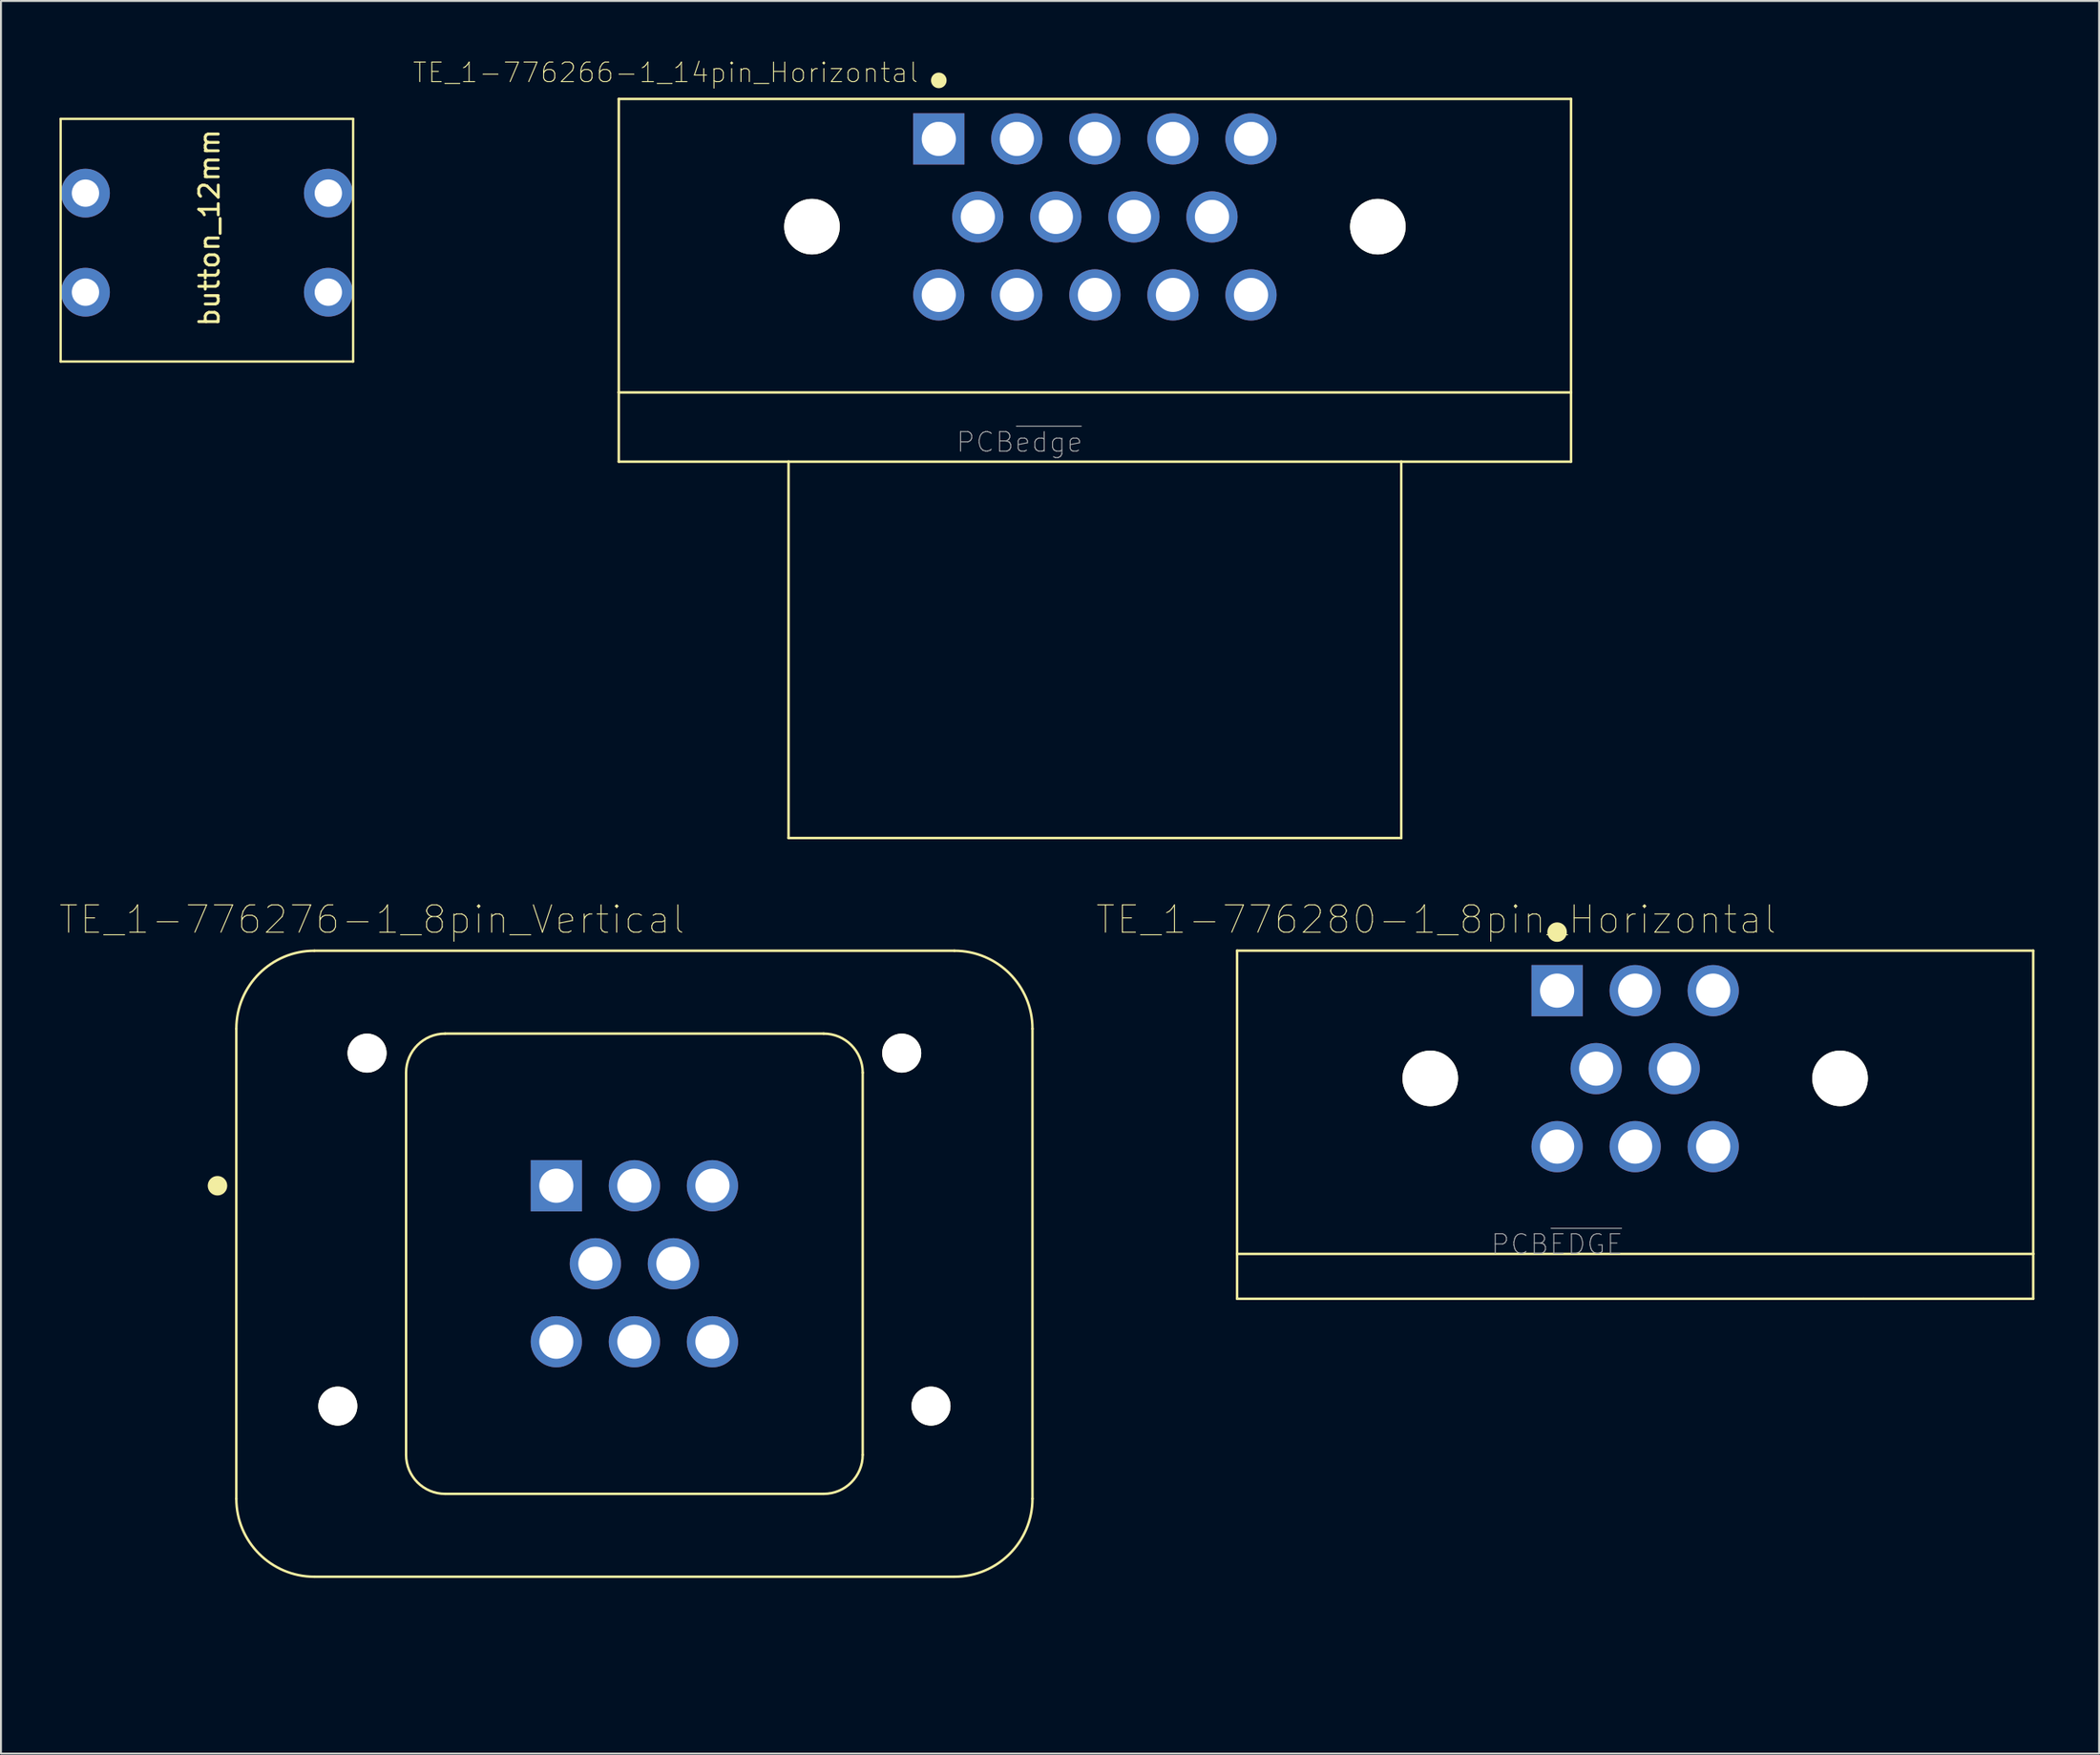
<source format=kicad_pcb>
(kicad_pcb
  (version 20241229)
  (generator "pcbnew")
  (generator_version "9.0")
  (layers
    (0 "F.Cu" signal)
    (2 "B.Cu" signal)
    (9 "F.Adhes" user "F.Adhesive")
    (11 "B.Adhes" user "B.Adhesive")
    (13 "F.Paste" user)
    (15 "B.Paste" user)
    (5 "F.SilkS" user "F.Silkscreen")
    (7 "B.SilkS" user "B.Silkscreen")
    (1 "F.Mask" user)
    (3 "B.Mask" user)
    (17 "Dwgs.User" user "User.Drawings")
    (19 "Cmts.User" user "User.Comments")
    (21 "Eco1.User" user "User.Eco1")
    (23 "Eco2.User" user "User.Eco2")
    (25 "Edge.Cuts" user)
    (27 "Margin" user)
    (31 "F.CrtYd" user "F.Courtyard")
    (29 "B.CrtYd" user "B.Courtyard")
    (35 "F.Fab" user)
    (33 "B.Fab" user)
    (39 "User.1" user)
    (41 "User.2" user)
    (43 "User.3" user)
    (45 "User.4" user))
  (footprint "button_12mm"
    (layer "F.Cu")
    (at 4.124 0.25)
    (property "Reference" "button_12mm" (at 3.556 8.382 90) (layer "F.SilkS") (effects (font (size 1 1) (thickness 0.15))))
    (attr through_hole)
    (fp_line (start -4.064 15.24) (end -4.064 2.794) (stroke (width 0.12) (type solid)) (layer "F.SilkS"))
    (fp_line (start 10.922 2.794) (end -4.064 2.794) (stroke (width 0.12) (type solid)) (layer "F.SilkS"))
    (fp_line (start 10.922 2.794) (end 10.922 15.24) (stroke (width 0.12) (type solid)) (layer "F.SilkS"))
    (fp_line (start 10.922 15.24) (end -4.064 15.24) (stroke (width 0.12) (type solid)) (layer "F.SilkS"))
    (pad "1" thru_hole circle (at 9.652 6.604) (size 2.5 2.5) (drill 1.4) (layers "*.Cu" "*.Mask"))
    (pad "2" thru_hole circle (at 9.652 11.684) (size 2.5 2.5) (drill 1.4) (layers "*.Cu" "*.Mask"))
    (pad "3" thru_hole circle (at -2.794 6.604) (size 2.5 2.5) (drill 1.4) (layers "*.Cu" "*.Mask"))
    (pad "4" thru_hole circle (at -2.794 11.684) (size 2.5 2.5) (drill 1.4) (layers "*.Cu" "*.Mask")))
  (footprint "TE_1-776280-1_8pin_Horizontal"
    (layer "F.Cu")
    (at 80.748 52.249)
    (property "Reference" "TE_1-776280-1_8pin_Horizontal" (at -10.2 -8.144 0) (layer "F.SilkS") (effects (font (size 1.401 1.401) (thickness 0.05))))
    (attr through_hole)
    (fp_line (start -20.4 -6.55) (end 20.4 -6.55) (stroke (width 0.127) (type solid)) (layer "F.SilkS"))
    (fp_line (start -20.4 9) (end -20.4 -6.55) (stroke (width 0.127) (type solid)) (layer "F.SilkS"))
    (fp_line (start -20.4 11.3) (end -20.4 9) (stroke (width 0.127) (type solid)) (layer "F.SilkS"))
    (fp_line (start 11.7 11.3) (end -20.4 11.3) (stroke (width 0.127) (type solid)) (layer "F.SilkS"))
    (fp_line (start 20.4 -6.55) (end 20.4 9) (stroke (width 0.127) (type solid)) (layer "F.SilkS"))
    (fp_line (start 20.4 9) (end -20.4 9) (stroke (width 0.127) (type solid)) (layer "F.SilkS"))
    (fp_line (start 20.4 9) (end 20.4 11.3) (stroke (width 0.127) (type solid)) (layer "F.SilkS"))
    (fp_line (start 20.4 11.3) (end 11.7 11.3) (stroke (width 0.127) (type solid)) (layer "F.SilkS"))
    (fp_circle (center -4 -7.5) (end -3.75 -7.5) (stroke (width 0.5) (type solid)) (fill no) (layer "F.SilkS"))
    (fp_line (start -20.75 -6.8) (end -20.75 11.55) (stroke (width 0.05) (type solid)) (layer "Eco1.User"))
    (fp_line (start -20.75 11.55) (end -11.95 11.55) (stroke (width 0.05) (type solid)) (layer "Eco1.User"))
    (fp_line (start -11.95 11.55) (end -11.95 31.6) (stroke (width 0.05) (type solid)) (layer "Eco1.User"))
    (fp_line (start -11.95 31.6) (end 11.95 31.6) (stroke (width 0.05) (type solid)) (layer "Eco1.User"))
    (fp_line (start 11.95 11.55) (end 20.75 11.55) (stroke (width 0.05) (type solid)) (layer "Eco1.User"))
    (fp_line (start 11.95 31.6) (end 11.95 11.55) (stroke (width 0.05) (type solid)) (layer "Eco1.User"))
    (fp_line (start 20.75 -6.8) (end -20.75 -6.8) (stroke (width 0.05) (type solid)) (layer "Eco1.User"))
    (fp_line (start 20.75 11.55) (end 20.75 -6.8) (stroke (width 0.05) (type solid)) (layer "Eco1.User"))
    (fp_line (start -20.4 -6.55) (end 20.4 -6.55) (stroke (width 0.127) (type solid)) (layer "Eco2.User"))
    (fp_line (start -20.4 9) (end -20.4 -6.55) (stroke (width 0.127) (type solid)) (layer "Eco2.User"))
    (fp_line (start -20.4 11.3) (end -20.4 9) (stroke (width 0.127) (type solid)) (layer "Eco2.User"))
    (fp_line (start -11.7 11.3) (end -20.4 11.3) (stroke (width 0.127) (type solid)) (layer "Eco2.User"))
    (fp_line (start -11.7 11.3) (end -11.7 31.35) (stroke (width 0.127) (type solid)) (layer "Eco2.User"))
    (fp_line (start -11.7 31.35) (end 11.7 31.35) (stroke (width 0.127) (type solid)) (layer "Eco2.User"))
    (fp_line (start 11.7 11.3) (end -11.7 11.3) (stroke (width 0.127) (type solid)) (layer "Eco2.User"))
    (fp_line (start 11.7 31.35) (end 11.7 11.3) (stroke (width 0.127) (type solid)) (layer "Eco2.User"))
    (fp_line (start 20.4 -6.55) (end 20.4 9) (stroke (width 0.127) (type solid)) (layer "Eco2.User"))
    (fp_line (start 20.4 9) (end -20.4 9) (stroke (width 0.127) (type solid)) (layer "Eco2.User"))
    (fp_line (start 20.4 9) (end 20.4 11.3) (stroke (width 0.127) (type solid)) (layer "Eco2.User"))
    (fp_line (start 20.4 11.3) (end 11.7 11.3) (stroke (width 0.127) (type solid)) (layer "Eco2.User"))
    (fp_text user "PCB~{EDGE}" (at -4.005 8.51 0) (layer "Edge.Cuts") (effects (font (size 1 1) (thickness 0.05))))
    (fp_text user "PCB~{EDGE}" (at -4.003 8.507 0) (layer "F.Fab") (effects (font (size 1 1) (thickness 0.05))))
    (pad "" np_thru_hole circle (at -10.5 0) (size 2.85 2.85) (drill 2.85) (layers "*.Cu" "*.Mask" "F.SilkS"))
    (pad "" np_thru_hole circle (at 10.5 0) (size 2.85 2.85) (drill 2.85) (layers "*.Cu" "*.Mask" "F.SilkS"))
    (pad "1" thru_hole rect (at -4 -4.5) (size 2.625 2.625) (drill 1.75) (layers "*.Cu" "*.Mask"))
    (pad "2" thru_hole circle (at 0 -4.5) (size 2.625 2.625) (drill 1.75) (layers "*.Cu" "*.Mask"))
    (pad "3" thru_hole circle (at 4 -4.5) (size 2.625 2.625) (drill 1.75) (layers "*.Cu" "*.Mask"))
    (pad "4" thru_hole circle (at -2 -0.5) (size 2.625 2.625) (drill 1.75) (layers "*.Cu" "*.Mask"))
    (pad "5" thru_hole circle (at 2 -0.5) (size 2.625 2.625) (drill 1.75) (layers "*.Cu" "*.Mask"))
    (pad "6" thru_hole circle (at -4 3.5) (size 2.625 2.625) (drill 1.75) (layers "*.Cu" "*.Mask"))
    (pad "7" thru_hole circle (at 0 3.5) (size 2.625 2.625) (drill 1.75) (layers "*.Cu" "*.Mask"))
    (pad "8" thru_hole circle (at 4 3.5) (size 2.625 2.625) (drill 1.75) (layers "*.Cu" "*.Mask")))
  (footprint "TE_1-776266-1_14pin_Horizontal"
    (layer "F.Cu")
    (at 53.061 8.073)
    (property "Reference" "TE_1-776266-1_14pin_Horizontal" (at -22.003 -7.399 0) (layer "F.SilkS") (effects (font (size 1.002 1.002) (thickness 0.05))))
    (attr through_hole)
    (fp_line (start -24.4 -6.05) (end -24.4 9) (stroke (width 0.127) (type solid)) (layer "F.SilkS"))
    (fp_line (start -24.4 -6.05) (end 24.4 -6.05) (stroke (width 0.127) (type solid)) (layer "F.SilkS"))
    (fp_line (start -24.4 9) (end 24.4 9) (stroke (width 0.127) (type solid)) (layer "F.SilkS"))
    (fp_line (start -24.4 12.55) (end -24.4 9) (stroke (width 0.127) (type solid)) (layer "F.SilkS"))
    (fp_line (start -24.4 12.55) (end -15.7 12.55) (stroke (width 0.127) (type solid)) (layer "F.SilkS"))
    (fp_line (start -15.7 12.55) (end -15.7 31.85) (stroke (width 0.127) (type solid)) (layer "F.SilkS"))
    (fp_line (start -15.7 12.55) (end 15.7 12.55) (stroke (width 0.127) (type solid)) (layer "F.SilkS"))
    (fp_line (start -15.7 31.85) (end 15.7 31.85) (stroke (width 0.127) (type solid)) (layer "F.SilkS"))
    (fp_line (start 15.7 12.55) (end 24.4 12.55) (stroke (width 0.127) (type solid)) (layer "F.SilkS"))
    (fp_line (start 15.7 31.85) (end 15.7 12.55) (stroke (width 0.127) (type solid)) (layer "F.SilkS"))
    (fp_line (start 24.4 9) (end 24.4 -6.05) (stroke (width 0.127) (type solid)) (layer "F.SilkS"))
    (fp_line (start 24.4 9) (end 24.4 12.55) (stroke (width 0.127) (type solid)) (layer "F.SilkS"))
    (fp_circle (center -8 -7) (end -7.8 -7) (stroke (width 0.4) (type solid)) (fill no) (layer "F.SilkS"))
    (fp_line (start -24.65 -6.3) (end 24.65 -6.3) (stroke (width 0.05) (type solid)) (layer "Eco1.User"))
    (fp_line (start -24.65 12.8) (end -24.65 -6.3) (stroke (width 0.05) (type solid)) (layer "Eco1.User"))
    (fp_line (start -15.95 12.8) (end -24.65 12.8) (stroke (width 0.05) (type solid)) (layer "Eco1.User"))
    (fp_line (start -15.95 32.1) (end -15.95 12.8) (stroke (width 0.05) (type solid)) (layer "Eco1.User"))
    (fp_line (start 15.95 12.8) (end 15.95 32.1) (stroke (width 0.05) (type solid)) (layer "Eco1.User"))
    (fp_line (start 15.95 32.1) (end -15.95 32.1) (stroke (width 0.05) (type solid)) (layer "Eco1.User"))
    (fp_line (start 24.65 -6.3) (end 24.65 12.8) (stroke (width 0.05) (type solid)) (layer "Eco1.User"))
    (fp_line (start 24.65 12.8) (end 15.95 12.8) (stroke (width 0.05) (type solid)) (layer "Eco1.User"))
    (fp_line (start -24.4 -6.05) (end -24.4 9) (stroke (width 0.127) (type solid)) (layer "Eco2.User"))
    (fp_line (start -24.4 9) (end 24.4 9) (stroke (width 0.127) (type solid)) (layer "Eco2.User"))
    (fp_line (start -24.4 12.55) (end -24.4 9) (stroke (width 0.127) (type solid)) (layer "Eco2.User"))
    (fp_line (start -24.4 12.55) (end -15.7 12.55) (stroke (width 0.127) (type solid)) (layer "Eco2.User"))
    (fp_line (start -15.7 12.55) (end -15.7 31.85) (stroke (width 0.127) (type solid)) (layer "Eco2.User"))
    (fp_line (start -15.7 12.55) (end 15.7 12.55) (stroke (width 0.127) (type solid)) (layer "Eco2.User"))
    (fp_line (start -15.7 31.85) (end 15.7 31.85) (stroke (width 0.127) (type solid)) (layer "Eco2.User"))
    (fp_line (start 15.7 12.55) (end 24.4 12.55) (stroke (width 0.127) (type solid)) (layer "Eco2.User"))
    (fp_line (start 15.7 31.85) (end 15.7 12.55) (stroke (width 0.127) (type solid)) (layer "Eco2.User"))
    (fp_line (start 24.4 -6.05) (end -24.4 -6.05) (stroke (width 0.127) (type solid)) (layer "Eco2.User"))
    (fp_line (start 24.4 9) (end 24.4 -6.05) (stroke (width 0.127) (type solid)) (layer "Eco2.User"))
    (fp_line (start 24.4 9) (end 24.4 12.55) (stroke (width 0.127) (type solid)) (layer "Eco2.User"))
    (fp_circle (center -8 -4) (end -7.8 -4) (stroke (width 0.4) (type solid)) (fill no) (layer "Eco2.User"))
    (fp_text user "PCB~{edge}" (at -3.861 11.549 0) (layer "F.Fab") (effects (font (size 1 1) (thickness 0.05))))
    (pad "" np_thru_hole circle (at -14.5 0.5) (size 2.85 2.85) (drill 2.85) (layers "*.Cu" "*.Mask" "F.SilkS"))
    (pad "" np_thru_hole circle (at 14.5 0.5) (size 2.85 2.85) (drill 2.85) (layers "*.Cu" "*.Mask" "F.SilkS"))
    (pad "1" thru_hole rect (at -8 -4) (size 2.625 2.625) (drill 1.75) (layers "*.Cu" "*.Mask"))
    (pad "2" thru_hole circle (at -4 -4) (size 2.625 2.625) (drill 1.75) (layers "*.Cu" "*.Mask"))
    (pad "3" thru_hole circle (at 0 -4) (size 2.625 2.625) (drill 1.75) (layers "*.Cu" "*.Mask"))
    (pad "4" thru_hole circle (at 4 -4) (size 2.625 2.625) (drill 1.75) (layers "*.Cu" "*.Mask"))
    (pad "5" thru_hole circle (at 8 -4) (size 2.625 2.625) (drill 1.75) (layers "*.Cu" "*.Mask"))
    (pad "6" thru_hole circle (at -6 0) (size 2.625 2.625) (drill 1.75) (layers "*.Cu" "*.Mask"))
    (pad "7" thru_hole circle (at -2 0) (size 2.625 2.625) (drill 1.75) (layers "*.Cu" "*.Mask"))
    (pad "8" thru_hole circle (at 2 0) (size 2.625 2.625) (drill 1.75) (layers "*.Cu" "*.Mask"))
    (pad "9" thru_hole circle (at 6 0) (size 2.625 2.625) (drill 1.75) (layers "*.Cu" "*.Mask"))
    (pad "10" thru_hole circle (at -8 4) (size 2.625 2.625) (drill 1.75) (layers "*.Cu" "*.Mask"))
    (pad "11" thru_hole circle (at -4 4) (size 2.625 2.625) (drill 1.75) (layers "*.Cu" "*.Mask"))
    (pad "12" thru_hole circle (at 0 4) (size 2.625 2.625) (drill 1.75) (layers "*.Cu" "*.Mask"))
    (pad "13" thru_hole circle (at 4 4) (size 2.625 2.625) (drill 1.75) (layers "*.Cu" "*.Mask"))
    (pad "14" thru_hole circle (at 8 4) (size 2.625 2.625) (drill 1.75) (layers "*.Cu" "*.Mask")))
  (footprint "TE_1-776276-1_8pin_Vertical"
    (layer "F.Cu")
    (at 29.461 61.754)
    (property "Reference" "TE_1-776276-1_8pin_Vertical" (at -13.451 -17.648 0) (layer "F.SilkS") (effects (font (size 1.401 1.401) (thickness 0.05))))
    (attr through_hole)
    (fp_line (start -20.4 -12.05) (end -20.4 12.05) (stroke (width 0.127) (type solid)) (layer "F.SilkS"))
    (fp_line (start -16.4 16.05) (end 16.4 16.05) (stroke (width 0.127) (type solid)) (layer "F.SilkS"))
    (fp_line (start -11.7 9.8) (end -11.7 -9.8) (stroke (width 0.127) (type solid)) (layer "F.SilkS"))
    (fp_line (start -9.7 -11.8) (end 9.7 -11.8) (stroke (width 0.127) (type solid)) (layer "F.SilkS"))
    (fp_line (start 9.7 11.8) (end -9.7 11.8) (stroke (width 0.127) (type solid)) (layer "F.SilkS"))
    (fp_line (start 11.7 -9.8) (end 11.7 9.8) (stroke (width 0.127) (type solid)) (layer "F.SilkS"))
    (fp_line (start 16.4 -16.05) (end -16.4 -16.05) (stroke (width 0.127) (type solid)) (layer "F.SilkS"))
    (fp_line (start 20.4 12.05) (end 20.4 -12.05) (stroke (width 0.127) (type solid)) (layer "F.SilkS"))
    (fp_arc (start -20.4 -12.05) (mid -19.228427 -14.878427) (end -16.4 -16.05) (stroke (width 0.127) (type solid)) (layer "F.SilkS"))
    (fp_arc (start -16.4 16.05) (mid -19.228427 14.878427) (end -20.4 12.05) (stroke (width 0.127) (type solid)) (layer "F.SilkS"))
    (fp_arc (start -11.7 -9.8) (mid -11.114214 -11.214214) (end -9.7 -11.8) (stroke (width 0.127) (type solid)) (layer "F.SilkS"))
    (fp_arc (start -9.7 11.8) (mid -11.114214 11.214214) (end -11.7 9.8) (stroke (width 0.127) (type solid)) (layer "F.SilkS"))
    (fp_arc (start 9.7 -11.8) (mid 11.114214 -11.214214) (end 11.7 -9.8) (stroke (width 0.127) (type solid)) (layer "F.SilkS"))
    (fp_arc (start 11.7 9.8) (mid 11.114214 11.214214) (end 9.7 11.8) (stroke (width 0.127) (type solid)) (layer "F.SilkS"))
    (fp_arc (start 16.4 -16.05) (mid 19.228427 -14.878427) (end 20.4 -12.05) (stroke (width 0.127) (type solid)) (layer "F.SilkS"))
    (fp_arc (start 20.4 12.05) (mid 19.228427 14.878427) (end 16.4 16.05) (stroke (width 0.127) (type solid)) (layer "F.SilkS"))
    (fp_circle (center -21.365 -4) (end -21.115 -4) (stroke (width 0.5) (type solid)) (fill no) (layer "F.SilkS"))
    (fp_line (start -20.65 -12.3) (end -20.65 12.3) (stroke (width 0.05) (type solid)) (layer "Eco1.User"))
    (fp_line (start -16.65 16.3) (end 16.65 16.3) (stroke (width 0.05) (type solid)) (layer "Eco1.User"))
    (fp_line (start 16.65 -16.3) (end -16.65 -16.3) (stroke (width 0.05) (type solid)) (layer "Eco1.User"))
    (fp_line (start 20.65 12.3) (end 20.65 -12.3) (stroke (width 0.05) (type solid)) (layer "Eco1.User"))
    (fp_arc (start -20.65 -12.3) (mid -19.478427 -15.128427) (end -16.65 -16.3) (stroke (width 0.05) (type solid)) (layer "Eco1.User"))
    (fp_arc (start -16.65 16.3) (mid -19.478427 15.128427) (end -20.65 12.3) (stroke (width 0.05) (type solid)) (layer "Eco1.User"))
    (fp_arc (start 16.65 -16.3) (mid 19.478427 -15.128427) (end 20.65 -12.3) (stroke (width 0.05) (type solid)) (layer "Eco1.User"))
    (fp_arc (start 20.65 12.3) (mid 19.478427 15.128427) (end 16.65 16.3) (stroke (width 0.05) (type solid)) (layer "Eco1.User"))
    (fp_line (start -20.4 -12.05) (end -20.4 12.05) (stroke (width 0.127) (type solid)) (layer "Eco2.User"))
    (fp_line (start -16.4 16.05) (end 16.4 16.05) (stroke (width 0.127) (type solid)) (layer "Eco2.User"))
    (fp_line (start -11.7 9.8) (end -11.7 -9.8) (stroke (width 0.127) (type solid)) (layer "Eco2.User"))
    (fp_line (start -9.7 -11.8) (end 9.7 -11.8) (stroke (width 0.127) (type solid)) (layer "Eco2.User"))
    (fp_line (start 9.7 11.8) (end -9.7 11.8) (stroke (width 0.127) (type solid)) (layer "Eco2.User"))
    (fp_line (start 11.7 -9.8) (end 11.7 9.8) (stroke (width 0.127) (type solid)) (layer "Eco2.User"))
    (fp_line (start 16.4 -16.05) (end -16.4 -16.05) (stroke (width 0.127) (type solid)) (layer "Eco2.User"))
    (fp_line (start 20.4 12.05) (end 20.4 -12.05) (stroke (width 0.127) (type solid)) (layer "Eco2.User"))
    (fp_arc (start -20.4 -12.05) (mid -19.228427 -14.878427) (end -16.4 -16.05) (stroke (width 0.127) (type solid)) (layer "Eco2.User"))
    (fp_arc (start -16.4 16.05) (mid -19.228427 14.878427) (end -20.4 12.05) (stroke (width 0.127) (type solid)) (layer "Eco2.User"))
    (fp_arc (start -11.7 -9.8) (mid -11.114214 -11.214214) (end -9.7 -11.8) (stroke (width 0.127) (type solid)) (layer "Eco2.User"))
    (fp_arc (start -9.7 11.8) (mid -11.114214 11.214214) (end -11.7 9.8) (stroke (width 0.127) (type solid)) (layer "Eco2.User"))
    (fp_arc (start 9.7 -11.8) (mid 11.114214 -11.214214) (end 11.7 -9.8) (stroke (width 0.127) (type solid)) (layer "Eco2.User"))
    (fp_arc (start 11.7 9.8) (mid 11.114214 11.214214) (end 9.7 11.8) (stroke (width 0.127) (type solid)) (layer "Eco2.User"))
    (fp_arc (start 16.4 -16.05) (mid 19.228427 -14.878427) (end 20.4 -12.05) (stroke (width 0.127) (type solid)) (layer "Eco2.User"))
    (fp_arc (start 20.4 12.05) (mid 19.228427 14.878427) (end 16.4 16.05) (stroke (width 0.127) (type solid)) (layer "Eco2.User"))
    (pad "" np_thru_hole circle (at -15.2 7.3) (size 2 2) (drill 2) (layers "*.Cu" "*.Mask" "F.SilkS"))
    (pad "" np_thru_hole circle (at -13.7 -10.8) (size 2 2) (drill 2) (layers "*.Cu" "*.Mask" "F.SilkS"))
    (pad "" np_thru_hole circle (at 13.7 -10.8) (size 2 2) (drill 2) (layers "*.Cu" "*.Mask" "F.SilkS"))
    (pad "" np_thru_hole circle (at 15.2 7.3) (size 2 2) (drill 2) (layers "*.Cu" "*.Mask" "F.SilkS"))
    (pad "1" thru_hole rect (at -4 -4) (size 2.625 2.625) (drill 1.75) (layers "*.Cu" "*.Mask"))
    (pad "2" thru_hole circle (at 0 -4) (size 2.625 2.625) (drill 1.75) (layers "*.Cu" "*.Mask"))
    (pad "3" thru_hole circle (at 4 -4) (size 2.625 2.625) (drill 1.75) (layers "*.Cu" "*.Mask"))
    (pad "4" thru_hole circle (at -2 0) (size 2.625 2.625) (drill 1.75) (layers "*.Cu" "*.Mask"))
    (pad "5" thru_hole circle (at 2 0) (size 2.625 2.625) (drill 1.75) (layers "*.Cu" "*.Mask"))
    (pad "6" thru_hole circle (at -4 4) (size 2.625 2.625) (drill 1.75) (layers "*.Cu" "*.Mask"))
    (pad "7" thru_hole circle (at 0 4) (size 2.625 2.625) (drill 1.75) (layers "*.Cu" "*.Mask"))
    (pad "8" thru_hole circle (at 4 4) (size 2.625 2.625) (drill 1.75) (layers "*.Cu" "*.Mask")))
  (gr_rect
    (start -3 -3)
    (end 104.523 86.874)
    (stroke (width 0.1) (type default))
    (fill no)
    (layer "Edge.Cuts")))
</source>
